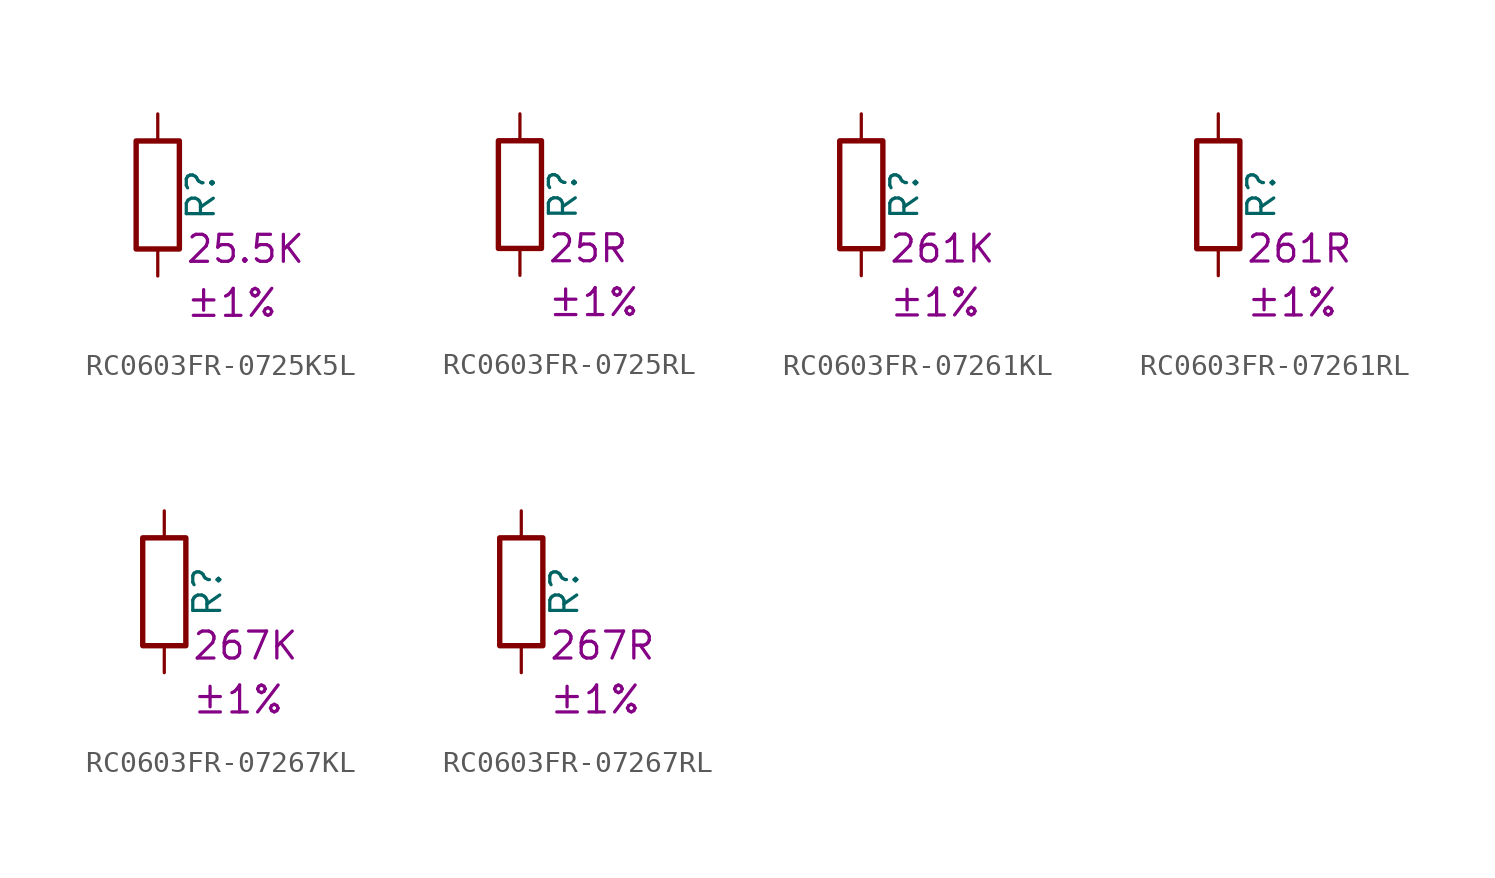
<source format=kicad_sym>
(kicad_symbol_lib
  (version 20220914)
  (generator kicad_symbol_editor)
  (symbol "RC0603FR-0725K5L"
    (pin_numbers hide)
    (pin_names
      (offset 0))
    (property "Reference" "R"
      (at 2.032 0 90)
      (effects (font (size 1.27 1.27))))
    (property "Resistance" "25.5K"
      (at 1.27 -2.54 0)
      (effects (font (size 1.27 1.27)) (justify left)))
    (property "Tolerance" "±1%"
      (at 1.27 -5.08 0)
      (effects (font (size 1.27 1.27)) (justify left)))
    (symbol "RC0603FR-0725K5L_0_1"
      (rectangle (start -1.016 -2.54) (end 1.016 2.54) (stroke (width 0.254) (type default)) (fill (type none))))
    (symbol "RC0603FR-0725K5L_1_1"
      (pin passive line (at 0 3.81 270) (length 1.27) (name "~" (effects (font (size 1.27 1.27)))) (number "1" (effects (font (size 1.27 1.27)))))
      (pin passive line (at 0 -3.81 90) (length 1.27) (name "~" (effects (font (size 1.27 1.27)))) (number "2" (effects (font (size 1.27 1.27)))))))
  (symbol "RC0603FR-0725RL"
    (pin_numbers hide)
    (pin_names
      (offset 0))
    (property "Reference" "R"
      (at 2.032 0 90)
      (effects (font (size 1.27 1.27))))
    (property "Resistance" "25R"
      (at 1.27 -2.54 0)
      (effects (font (size 1.27 1.27)) (justify left)))
    (property "Tolerance" "±1%"
      (at 1.27 -5.08 0)
      (effects (font (size 1.27 1.27)) (justify left)))
    (symbol "RC0603FR-0725RL_0_1"
      (rectangle (start -1.016 -2.54) (end 1.016 2.54) (stroke (width 0.254) (type default)) (fill (type none))))
    (symbol "RC0603FR-0725RL_1_1"
      (pin passive line (at 0 3.81 270) (length 1.27) (name "~" (effects (font (size 1.27 1.27)))) (number "1" (effects (font (size 1.27 1.27)))))
      (pin passive line (at 0 -3.81 90) (length 1.27) (name "~" (effects (font (size 1.27 1.27)))) (number "2" (effects (font (size 1.27 1.27)))))))
  (symbol "RC0603FR-07261KL"
    (pin_numbers hide)
    (pin_names
      (offset 0))
    (property "Reference" "R"
      (at 2.032 0 90)
      (effects (font (size 1.27 1.27))))
    (property "Resistance" "261K"
      (at 1.27 -2.54 0)
      (effects (font (size 1.27 1.27)) (justify left)))
    (property "Tolerance" "±1%"
      (at 1.27 -5.08 0)
      (effects (font (size 1.27 1.27)) (justify left)))
    (symbol "RC0603FR-07261KL_0_1"
      (rectangle (start -1.016 -2.54) (end 1.016 2.54) (stroke (width 0.254) (type default)) (fill (type none))))
    (symbol "RC0603FR-07261KL_1_1"
      (pin passive line (at 0 3.81 270) (length 1.27) (name "~" (effects (font (size 1.27 1.27)))) (number "1" (effects (font (size 1.27 1.27)))))
      (pin passive line (at 0 -3.81 90) (length 1.27) (name "~" (effects (font (size 1.27 1.27)))) (number "2" (effects (font (size 1.27 1.27)))))))
  (symbol "RC0603FR-07261RL"
    (pin_numbers hide)
    (pin_names
      (offset 0))
    (property "Reference" "R"
      (at 2.032 0 90)
      (effects (font (size 1.27 1.27))))
    (property "Resistance" "261R"
      (at 1.27 -2.54 0)
      (effects (font (size 1.27 1.27)) (justify left)))
    (property "Tolerance" "±1%"
      (at 1.27 -5.08 0)
      (effects (font (size 1.27 1.27)) (justify left)))
    (symbol "RC0603FR-07261RL_0_1"
      (rectangle (start -1.016 -2.54) (end 1.016 2.54) (stroke (width 0.254) (type default)) (fill (type none))))
    (symbol "RC0603FR-07261RL_1_1"
      (pin passive line (at 0 3.81 270) (length 1.27) (name "~" (effects (font (size 1.27 1.27)))) (number "1" (effects (font (size 1.27 1.27)))))
      (pin passive line (at 0 -3.81 90) (length 1.27) (name "~" (effects (font (size 1.27 1.27)))) (number "2" (effects (font (size 1.27 1.27)))))))
  (symbol "RC0603FR-07267KL"
    (pin_numbers hide)
    (pin_names
      (offset 0))
    (property "Reference" "R"
      (at 2.032 0 90)
      (effects (font (size 1.27 1.27))))
    (property "Resistance" "267K"
      (at 1.27 -2.54 0)
      (effects (font (size 1.27 1.27)) (justify left)))
    (property "Tolerance" "±1%"
      (at 1.27 -5.08 0)
      (effects (font (size 1.27 1.27)) (justify left)))
    (symbol "RC0603FR-07267KL_0_1"
      (rectangle (start -1.016 -2.54) (end 1.016 2.54) (stroke (width 0.254) (type default)) (fill (type none))))
    (symbol "RC0603FR-07267KL_1_1"
      (pin passive line (at 0 3.81 270) (length 1.27) (name "~" (effects (font (size 1.27 1.27)))) (number "1" (effects (font (size 1.27 1.27)))))
      (pin passive line (at 0 -3.81 90) (length 1.27) (name "~" (effects (font (size 1.27 1.27)))) (number "2" (effects (font (size 1.27 1.27)))))))
  (symbol "RC0603FR-07267RL"
    (pin_numbers hide)
    (pin_names
      (offset 0))
    (property "Reference" "R"
      (at 2.032 0 90)
      (effects (font (size 1.27 1.27))))
    (property "Resistance" "267R"
      (at 1.27 -2.54 0)
      (effects (font (size 1.27 1.27)) (justify left)))
    (property "Tolerance" "±1%"
      (at 1.27 -5.08 0)
      (effects (font (size 1.27 1.27)) (justify left)))
    (symbol "RC0603FR-07267RL_0_1"
      (rectangle (start -1.016 -2.54) (end 1.016 2.54) (stroke (width 0.254) (type default)) (fill (type none))))
    (symbol "RC0603FR-07267RL_1_1"
      (pin passive line (at 0 3.81 270) (length 1.27) (name "~" (effects (font (size 1.27 1.27)))) (number "1" (effects (font (size 1.27 1.27)))))
      (pin passive line (at 0 -3.81 90) (length 1.27) (name "~" (effects (font (size 1.27 1.27)))) (number "2" (effects (font (size 1.27 1.27))))))))
</source>
